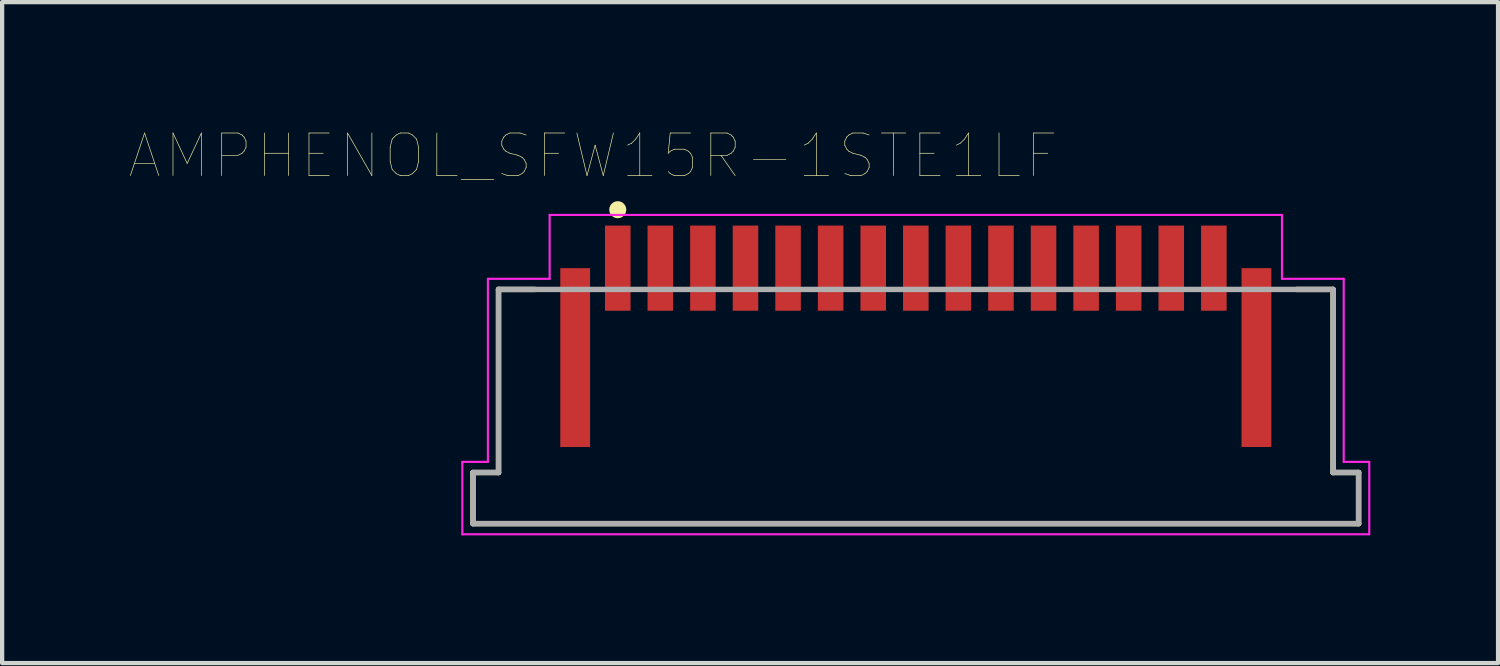
<source format=kicad_pcb>
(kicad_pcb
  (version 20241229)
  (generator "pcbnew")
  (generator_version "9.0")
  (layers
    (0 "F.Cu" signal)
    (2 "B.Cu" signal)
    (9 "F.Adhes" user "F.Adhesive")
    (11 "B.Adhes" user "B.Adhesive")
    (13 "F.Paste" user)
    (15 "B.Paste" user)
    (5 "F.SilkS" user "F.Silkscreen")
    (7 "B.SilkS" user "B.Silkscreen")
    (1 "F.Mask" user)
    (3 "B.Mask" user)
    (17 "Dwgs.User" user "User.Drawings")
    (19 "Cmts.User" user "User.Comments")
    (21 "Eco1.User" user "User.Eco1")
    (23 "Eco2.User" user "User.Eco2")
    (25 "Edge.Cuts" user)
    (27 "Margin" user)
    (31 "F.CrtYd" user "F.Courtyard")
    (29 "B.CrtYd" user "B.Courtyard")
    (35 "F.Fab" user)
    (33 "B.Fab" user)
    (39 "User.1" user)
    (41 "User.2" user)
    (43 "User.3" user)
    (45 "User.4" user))
  (footprint "AMPHENOL_SFW15R-1STE1LF"
    (layer "F.Cu")
    (at 18.459 3.248)
    (property "Reference" "AMPHENOL_SFW15R-1STE1LF" (at -7.579 -2.636 0) (layer "F.SilkS") (effects (font (size 1.001 1.001) (thickness 0.015))))
    (attr through_hole)
    (fp_line (start -10.4 4.8) (end -9.8 4.8) (stroke (width 0.127) (type solid)) (layer "F.SilkS"))
    (fp_line (start -10.4 6) (end -10.4 4.8) (stroke (width 0.127) (type solid)) (layer "F.SilkS"))
    (fp_line (start -9.8 0.5) (end -8.946 0.5) (stroke (width 0.127) (type solid)) (layer "F.SilkS"))
    (fp_line (start -9.8 4.8) (end -9.8 0.5) (stroke (width 0.127) (type solid)) (layer "F.SilkS"))
    (fp_line (start 9.8 0.5) (end 8.946 0.5) (stroke (width 0.127) (type solid)) (layer "F.SilkS"))
    (fp_line (start 9.8 0.5) (end 9.8 4.8) (stroke (width 0.127) (type solid)) (layer "F.SilkS"))
    (fp_line (start 9.8 4.8) (end 10.4 4.8) (stroke (width 0.127) (type solid)) (layer "F.SilkS"))
    (fp_line (start 10.4 4.8) (end 10.4 6) (stroke (width 0.127) (type solid)) (layer "F.SilkS"))
    (fp_line (start 10.4 6) (end -10.4 6) (stroke (width 0.127) (type solid)) (layer "F.SilkS"))
    (fp_circle (center -7 -1.373) (end -6.9 -1.373) (stroke (width 0.2) (type solid)) (fill no) (layer "F.SilkS"))
    (fp_line (start -10.65 4.55) (end -10.05 4.55) (stroke (width 0.05) (type solid)) (layer "F.CrtYd"))
    (fp_line (start -10.65 6.25) (end -10.65 4.55) (stroke (width 0.05) (type solid)) (layer "F.CrtYd"))
    (fp_line (start -10.05 0.25) (end -8.6 0.25) (stroke (width 0.05) (type solid)) (layer "F.CrtYd"))
    (fp_line (start -10.05 4.55) (end -10.05 0.25) (stroke (width 0.05) (type solid)) (layer "F.CrtYd"))
    (fp_line (start -8.6 -1.25) (end 8.6 -1.25) (stroke (width 0.05) (type solid)) (layer "F.CrtYd"))
    (fp_line (start -8.6 0.25) (end -8.6 -1.25) (stroke (width 0.05) (type solid)) (layer "F.CrtYd"))
    (fp_line (start 8.6 -1.25) (end 8.6 0.25) (stroke (width 0.05) (type solid)) (layer "F.CrtYd"))
    (fp_line (start 8.6 0.25) (end 10.05 0.25) (stroke (width 0.05) (type solid)) (layer "F.CrtYd"))
    (fp_line (start 10.05 0.25) (end 10.05 4.55) (stroke (width 0.05) (type solid)) (layer "F.CrtYd"))
    (fp_line (start 10.05 4.55) (end 10.65 4.55) (stroke (width 0.05) (type solid)) (layer "F.CrtYd"))
    (fp_line (start 10.65 4.55) (end 10.65 6.25) (stroke (width 0.05) (type solid)) (layer "F.CrtYd"))
    (fp_line (start 10.65 6.25) (end -10.65 6.25) (stroke (width 0.05) (type solid)) (layer "F.CrtYd"))
    (fp_line (start -10.4 4.8) (end -9.8 4.8) (stroke (width 0.127) (type solid)) (layer "F.Fab"))
    (fp_line (start -10.4 6) (end -10.4 4.8) (stroke (width 0.127) (type solid)) (layer "F.Fab"))
    (fp_line (start -9.8 0.5) (end 9.8 0.5) (stroke (width 0.127) (type solid)) (layer "F.Fab"))
    (fp_line (start -9.8 4.8) (end -9.8 0.5) (stroke (width 0.127) (type solid)) (layer "F.Fab"))
    (fp_line (start 9.8 0.5) (end 9.8 4.8) (stroke (width 0.127) (type solid)) (layer "F.Fab"))
    (fp_line (start 9.8 4.8) (end 10.4 4.8) (stroke (width 0.127) (type solid)) (layer "F.Fab"))
    (fp_line (start 10.4 4.8) (end 10.4 6) (stroke (width 0.127) (type solid)) (layer "F.Fab"))
    (fp_line (start 10.4 6) (end -10.4 6) (stroke (width 0.127) (type solid)) (layer "F.Fab"))
    (pad "1" smd rect (at -7 0) (size 0.6 2) (layers "F.Cu" "F.Mask" "F.Paste"))
    (pad "2" smd rect (at -6 0) (size 0.6 2) (layers "F.Cu" "F.Mask" "F.Paste"))
    (pad "3" smd rect (at -5 0) (size 0.6 2) (layers "F.Cu" "F.Mask" "F.Paste"))
    (pad "4" smd rect (at -4 0) (size 0.6 2) (layers "F.Cu" "F.Mask" "F.Paste"))
    (pad "5" smd rect (at -3 0) (size 0.6 2) (layers "F.Cu" "F.Mask" "F.Paste"))
    (pad "6" smd rect (at -2 0) (size 0.6 2) (layers "F.Cu" "F.Mask" "F.Paste"))
    (pad "7" smd rect (at -1 0) (size 0.6 2) (layers "F.Cu" "F.Mask" "F.Paste"))
    (pad "8" smd rect (at 0 0) (size 0.6 2) (layers "F.Cu" "F.Mask" "F.Paste"))
    (pad "9" smd rect (at 1 0) (size 0.6 2) (layers "F.Cu" "F.Mask" "F.Paste"))
    (pad "10" smd rect (at 2 0) (size 0.6 2) (layers "F.Cu" "F.Mask" "F.Paste"))
    (pad "11" smd rect (at 3 0) (size 0.6 2) (layers "F.Cu" "F.Mask" "F.Paste"))
    (pad "12" smd rect (at 4 0) (size 0.6 2) (layers "F.Cu" "F.Mask" "F.Paste"))
    (pad "13" smd rect (at 5 0) (size 0.6 2) (layers "F.Cu" "F.Mask" "F.Paste"))
    (pad "14" smd rect (at 6 0) (size 0.6 2) (layers "F.Cu" "F.Mask" "F.Paste"))
    (pad "15" smd rect (at 7 0) (size 0.6 2) (layers "F.Cu" "F.Mask" "F.Paste"))
    (pad "S1" smd rect (at -8 2.1) (size 0.7 4.2) (layers "F.Cu" "F.Mask" "F.Paste"))
    (pad "S2" smd rect (at 8 2.1) (size 0.7 4.2) (layers "F.Cu" "F.Mask" "F.Paste")))
  (gr_rect
    (start -3 -3)
    (end 32.134 12.523)
    (stroke (width 0.1) (type default))
    (fill no)
    (layer "Edge.Cuts")))
</source>
